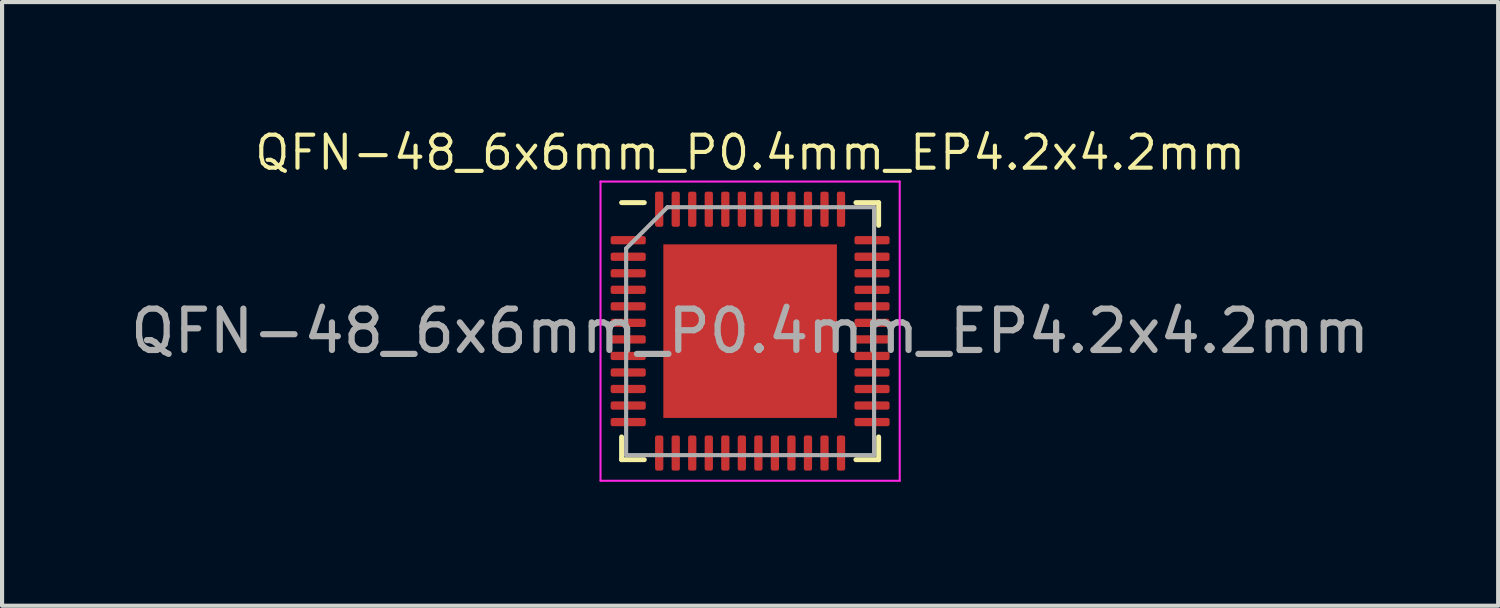
<source format=kicad_pcb>
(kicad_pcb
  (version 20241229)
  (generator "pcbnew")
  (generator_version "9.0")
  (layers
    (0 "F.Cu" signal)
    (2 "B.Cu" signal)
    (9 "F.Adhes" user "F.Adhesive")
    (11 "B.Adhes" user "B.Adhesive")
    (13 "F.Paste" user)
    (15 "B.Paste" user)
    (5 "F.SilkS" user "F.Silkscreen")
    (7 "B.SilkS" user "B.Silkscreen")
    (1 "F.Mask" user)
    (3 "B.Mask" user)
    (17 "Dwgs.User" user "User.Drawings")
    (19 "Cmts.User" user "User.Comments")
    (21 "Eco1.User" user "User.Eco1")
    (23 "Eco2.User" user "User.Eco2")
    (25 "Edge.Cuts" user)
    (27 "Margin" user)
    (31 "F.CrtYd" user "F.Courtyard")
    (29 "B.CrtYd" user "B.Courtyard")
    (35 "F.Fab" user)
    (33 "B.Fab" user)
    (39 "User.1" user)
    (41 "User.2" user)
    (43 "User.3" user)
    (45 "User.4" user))
  (footprint "QFN-48_6x6mm_P0.4mm_EP4.2x4.2mm"
    (layer "F.Cu")
    (at 15.101 4.963)
    (property "Reference" "QFN-48_6x6mm_P0.4mm_EP4.2x4.2mm" (at 0 -4.32 0) (unlocked yes) (layer "F.SilkS") (effects (font (size 0.8 0.8) (thickness 0.1))))
    (attr smd)
    (fp_line (start -3.11 3.11) (end -3.11 2.56) (stroke (width 0.12) (type solid)) (layer "F.SilkS"))
    (fp_line (start -2.56 -3.11) (end -3.11 -3.11) (stroke (width 0.12) (type solid)) (layer "F.SilkS"))
    (fp_line (start -2.56 3.11) (end -3.11 3.11) (stroke (width 0.12) (type solid)) (layer "F.SilkS"))
    (fp_line (start 2.56 -3.11) (end 3.11 -3.11) (stroke (width 0.12) (type solid)) (layer "F.SilkS"))
    (fp_line (start 2.56 3.11) (end 3.11 3.11) (stroke (width 0.12) (type solid)) (layer "F.SilkS"))
    (fp_line (start 3.11 -3.11) (end 3.11 -2.56) (stroke (width 0.12) (type solid)) (layer "F.SilkS"))
    (fp_line (start 3.11 3.11) (end 3.11 2.56) (stroke (width 0.12) (type solid)) (layer "F.SilkS"))
    (fp_line (start -3.62 -3.62) (end -3.62 3.62) (stroke (width 0.05) (type solid)) (layer "F.CrtYd"))
    (fp_line (start -3.62 3.62) (end 3.62 3.62) (stroke (width 0.05) (type solid)) (layer "F.CrtYd"))
    (fp_line (start 3.62 -3.62) (end -3.62 -3.62) (stroke (width 0.05) (type solid)) (layer "F.CrtYd"))
    (fp_line (start 3.62 3.62) (end 3.62 -3.62) (stroke (width 0.05) (type solid)) (layer "F.CrtYd"))
    (fp_line (start -3 -2) (end -2 -3) (stroke (width 0.1) (type solid)) (layer "F.Fab"))
    (fp_line (start -3 3) (end -3 -2) (stroke (width 0.1) (type solid)) (layer "F.Fab"))
    (fp_line (start -2 -3) (end 3 -3) (stroke (width 0.1) (type solid)) (layer "F.Fab"))
    (fp_line (start 3 -3) (end 3 3) (stroke (width 0.1) (type solid)) (layer "F.Fab"))
    (fp_line (start 3 3) (end -3 3) (stroke (width 0.1) (type solid)) (layer "F.Fab"))
    (fp_text user "${REFERENCE}" (at 0 0 0) (layer "F.Fab") (effects (font (size 1 1) (thickness 0.15))))
    (pad "" smd roundrect (at -1.4 -1.4) (size 1.13 1.13) (layers "F.Paste") (roundrect_rratio 0.221))
    (pad "" smd roundrect (at -1.4 0) (size 1.13 1.13) (layers "F.Paste") (roundrect_rratio 0.221))
    (pad "" smd roundrect (at -1.4 1.4) (size 1.13 1.13) (layers "F.Paste") (roundrect_rratio 0.221))
    (pad "" smd roundrect (at 0 -1.4) (size 1.13 1.13) (layers "F.Paste") (roundrect_rratio 0.221))
    (pad "" smd roundrect (at 0 0) (size 1.13 1.13) (layers "F.Paste") (roundrect_rratio 0.221))
    (pad "" smd roundrect (at 0 1.4) (size 1.13 1.13) (layers "F.Paste") (roundrect_rratio 0.221))
    (pad "" smd roundrect (at 1.4 -1.4) (size 1.13 1.13) (layers "F.Paste") (roundrect_rratio 0.221))
    (pad "" smd roundrect (at 1.4 0) (size 1.13 1.13) (layers "F.Paste") (roundrect_rratio 0.221))
    (pad "" smd roundrect (at 1.4 1.4) (size 1.13 1.13) (layers "F.Paste") (roundrect_rratio 0.221))
    (pad "1" smd roundrect (at -2.95 -2.2) (size 0.85 0.2) (layers "F.Cu" "F.Mask" "F.Paste") (roundrect_rratio 0.25))
    (pad "2" smd roundrect (at -2.95 -1.8) (size 0.85 0.2) (layers "F.Cu" "F.Mask" "F.Paste") (roundrect_rratio 0.25))
    (pad "3" smd roundrect (at -2.95 -1.4) (size 0.85 0.2) (layers "F.Cu" "F.Mask" "F.Paste") (roundrect_rratio 0.25))
    (pad "4" smd roundrect (at -2.95 -1) (size 0.85 0.2) (layers "F.Cu" "F.Mask" "F.Paste") (roundrect_rratio 0.25))
    (pad "5" smd roundrect (at -2.95 -0.6) (size 0.85 0.2) (layers "F.Cu" "F.Mask" "F.Paste") (roundrect_rratio 0.25))
    (pad "6" smd roundrect (at -2.95 -0.2) (size 0.85 0.2) (layers "F.Cu" "F.Mask" "F.Paste") (roundrect_rratio 0.25))
    (pad "7" smd roundrect (at -2.95 0.2) (size 0.85 0.2) (layers "F.Cu" "F.Mask" "F.Paste") (roundrect_rratio 0.25))
    (pad "8" smd roundrect (at -2.95 0.6) (size 0.85 0.2) (layers "F.Cu" "F.Mask" "F.Paste") (roundrect_rratio 0.25))
    (pad "9" smd roundrect (at -2.95 1) (size 0.85 0.2) (layers "F.Cu" "F.Mask" "F.Paste") (roundrect_rratio 0.25))
    (pad "10" smd roundrect (at -2.95 1.4) (size 0.85 0.2) (layers "F.Cu" "F.Mask" "F.Paste") (roundrect_rratio 0.25))
    (pad "11" smd roundrect (at -2.95 1.8) (size 0.85 0.2) (layers "F.Cu" "F.Mask" "F.Paste") (roundrect_rratio 0.25))
    (pad "12" smd roundrect (at -2.95 2.2) (size 0.85 0.2) (layers "F.Cu" "F.Mask" "F.Paste") (roundrect_rratio 0.25))
    (pad "13" smd roundrect (at -2.2 2.95) (size 0.2 0.85) (layers "F.Cu" "F.Mask" "F.Paste") (roundrect_rratio 0.25))
    (pad "14" smd roundrect (at -1.8 2.95) (size 0.2 0.85) (layers "F.Cu" "F.Mask" "F.Paste") (roundrect_rratio 0.25))
    (pad "15" smd roundrect (at -1.4 2.95) (size 0.2 0.85) (layers "F.Cu" "F.Mask" "F.Paste") (roundrect_rratio 0.25))
    (pad "16" smd roundrect (at -1 2.95) (size 0.2 0.85) (layers "F.Cu" "F.Mask" "F.Paste") (roundrect_rratio 0.25))
    (pad "17" smd roundrect (at -0.6 2.95) (size 0.2 0.85) (layers "F.Cu" "F.Mask" "F.Paste") (roundrect_rratio 0.25))
    (pad "18" smd roundrect (at -0.2 2.95) (size 0.2 0.85) (layers "F.Cu" "F.Mask" "F.Paste") (roundrect_rratio 0.25))
    (pad "19" smd roundrect (at 0.2 2.95) (size 0.2 0.85) (layers "F.Cu" "F.Mask" "F.Paste") (roundrect_rratio 0.25))
    (pad "20" smd roundrect (at 0.6 2.95) (size 0.2 0.85) (layers "F.Cu" "F.Mask" "F.Paste") (roundrect_rratio 0.25))
    (pad "21" smd roundrect (at 1 2.95) (size 0.2 0.85) (layers "F.Cu" "F.Mask" "F.Paste") (roundrect_rratio 0.25))
    (pad "22" smd roundrect (at 1.4 2.95) (size 0.2 0.85) (layers "F.Cu" "F.Mask" "F.Paste") (roundrect_rratio 0.25))
    (pad "23" smd roundrect (at 1.8 2.95) (size 0.2 0.85) (layers "F.Cu" "F.Mask" "F.Paste") (roundrect_rratio 0.25))
    (pad "24" smd roundrect (at 2.2 2.95) (size 0.2 0.85) (layers "F.Cu" "F.Mask" "F.Paste") (roundrect_rratio 0.25))
    (pad "25" smd roundrect (at 2.95 2.2) (size 0.85 0.2) (layers "F.Cu" "F.Mask" "F.Paste") (roundrect_rratio 0.25))
    (pad "26" smd roundrect (at 2.95 1.8) (size 0.85 0.2) (layers "F.Cu" "F.Mask" "F.Paste") (roundrect_rratio 0.25))
    (pad "27" smd roundrect (at 2.95 1.4) (size 0.85 0.2) (layers "F.Cu" "F.Mask" "F.Paste") (roundrect_rratio 0.25))
    (pad "28" smd roundrect (at 2.95 1) (size 0.85 0.2) (layers "F.Cu" "F.Mask" "F.Paste") (roundrect_rratio 0.25))
    (pad "29" smd roundrect (at 2.95 0.6) (size 0.85 0.2) (layers "F.Cu" "F.Mask" "F.Paste") (roundrect_rratio 0.25))
    (pad "30" smd roundrect (at 2.95 0.2) (size 0.85 0.2) (layers "F.Cu" "F.Mask" "F.Paste") (roundrect_rratio 0.25))
    (pad "31" smd roundrect (at 2.95 -0.2) (size 0.85 0.2) (layers "F.Cu" "F.Mask" "F.Paste") (roundrect_rratio 0.25))
    (pad "32" smd roundrect (at 2.95 -0.6) (size 0.85 0.2) (layers "F.Cu" "F.Mask" "F.Paste") (roundrect_rratio 0.25))
    (pad "33" smd roundrect (at 2.95 -1) (size 0.85 0.2) (layers "F.Cu" "F.Mask" "F.Paste") (roundrect_rratio 0.25))
    (pad "34" smd roundrect (at 2.95 -1.4) (size 0.85 0.2) (layers "F.Cu" "F.Mask" "F.Paste") (roundrect_rratio 0.25))
    (pad "35" smd roundrect (at 2.95 -1.8) (size 0.85 0.2) (layers "F.Cu" "F.Mask" "F.Paste") (roundrect_rratio 0.25))
    (pad "36" smd roundrect (at 2.95 -2.2) (size 0.85 0.2) (layers "F.Cu" "F.Mask" "F.Paste") (roundrect_rratio 0.25))
    (pad "37" smd roundrect (at 2.2 -2.95) (size 0.2 0.85) (layers "F.Cu" "F.Mask" "F.Paste") (roundrect_rratio 0.25))
    (pad "38" smd roundrect (at 1.8 -2.95) (size 0.2 0.85) (layers "F.Cu" "F.Mask" "F.Paste") (roundrect_rratio 0.25))
    (pad "39" smd roundrect (at 1.4 -2.95) (size 0.2 0.85) (layers "F.Cu" "F.Mask" "F.Paste") (roundrect_rratio 0.25))
    (pad "40" smd roundrect (at 1 -2.95) (size 0.2 0.85) (layers "F.Cu" "F.Mask" "F.Paste") (roundrect_rratio 0.25))
    (pad "41" smd roundrect (at 0.6 -2.95) (size 0.2 0.85) (layers "F.Cu" "F.Mask" "F.Paste") (roundrect_rratio 0.25))
    (pad "42" smd roundrect (at 0.2 -2.95) (size 0.2 0.85) (layers "F.Cu" "F.Mask" "F.Paste") (roundrect_rratio 0.25))
    (pad "43" smd roundrect (at -0.2 -2.95) (size 0.2 0.85) (layers "F.Cu" "F.Mask" "F.Paste") (roundrect_rratio 0.25))
    (pad "44" smd roundrect (at -0.6 -2.95) (size 0.2 0.85) (layers "F.Cu" "F.Mask" "F.Paste") (roundrect_rratio 0.25))
    (pad "45" smd roundrect (at -1 -2.95) (size 0.2 0.85) (layers "F.Cu" "F.Mask" "F.Paste") (roundrect_rratio 0.25))
    (pad "46" smd roundrect (at -1.4 -2.95) (size 0.2 0.85) (layers "F.Cu" "F.Mask" "F.Paste") (roundrect_rratio 0.25))
    (pad "47" smd roundrect (at -1.8 -2.95) (size 0.2 0.85) (layers "F.Cu" "F.Mask" "F.Paste") (roundrect_rratio 0.25))
    (pad "48" smd roundrect (at -2.2 -2.95) (size 0.2 0.85) (layers "F.Cu" "F.Mask" "F.Paste") (roundrect_rratio 0.25))
    (pad "49" smd rect (at 0 0) (size 4.2 4.2) (layers "F.Cu" "F.Mask")))
  (gr_rect
    (start -3 -3)
    (end 33.202 11.608)
    (stroke (width 0.1) (type default))
    (fill no)
    (layer "Edge.Cuts")))
</source>
